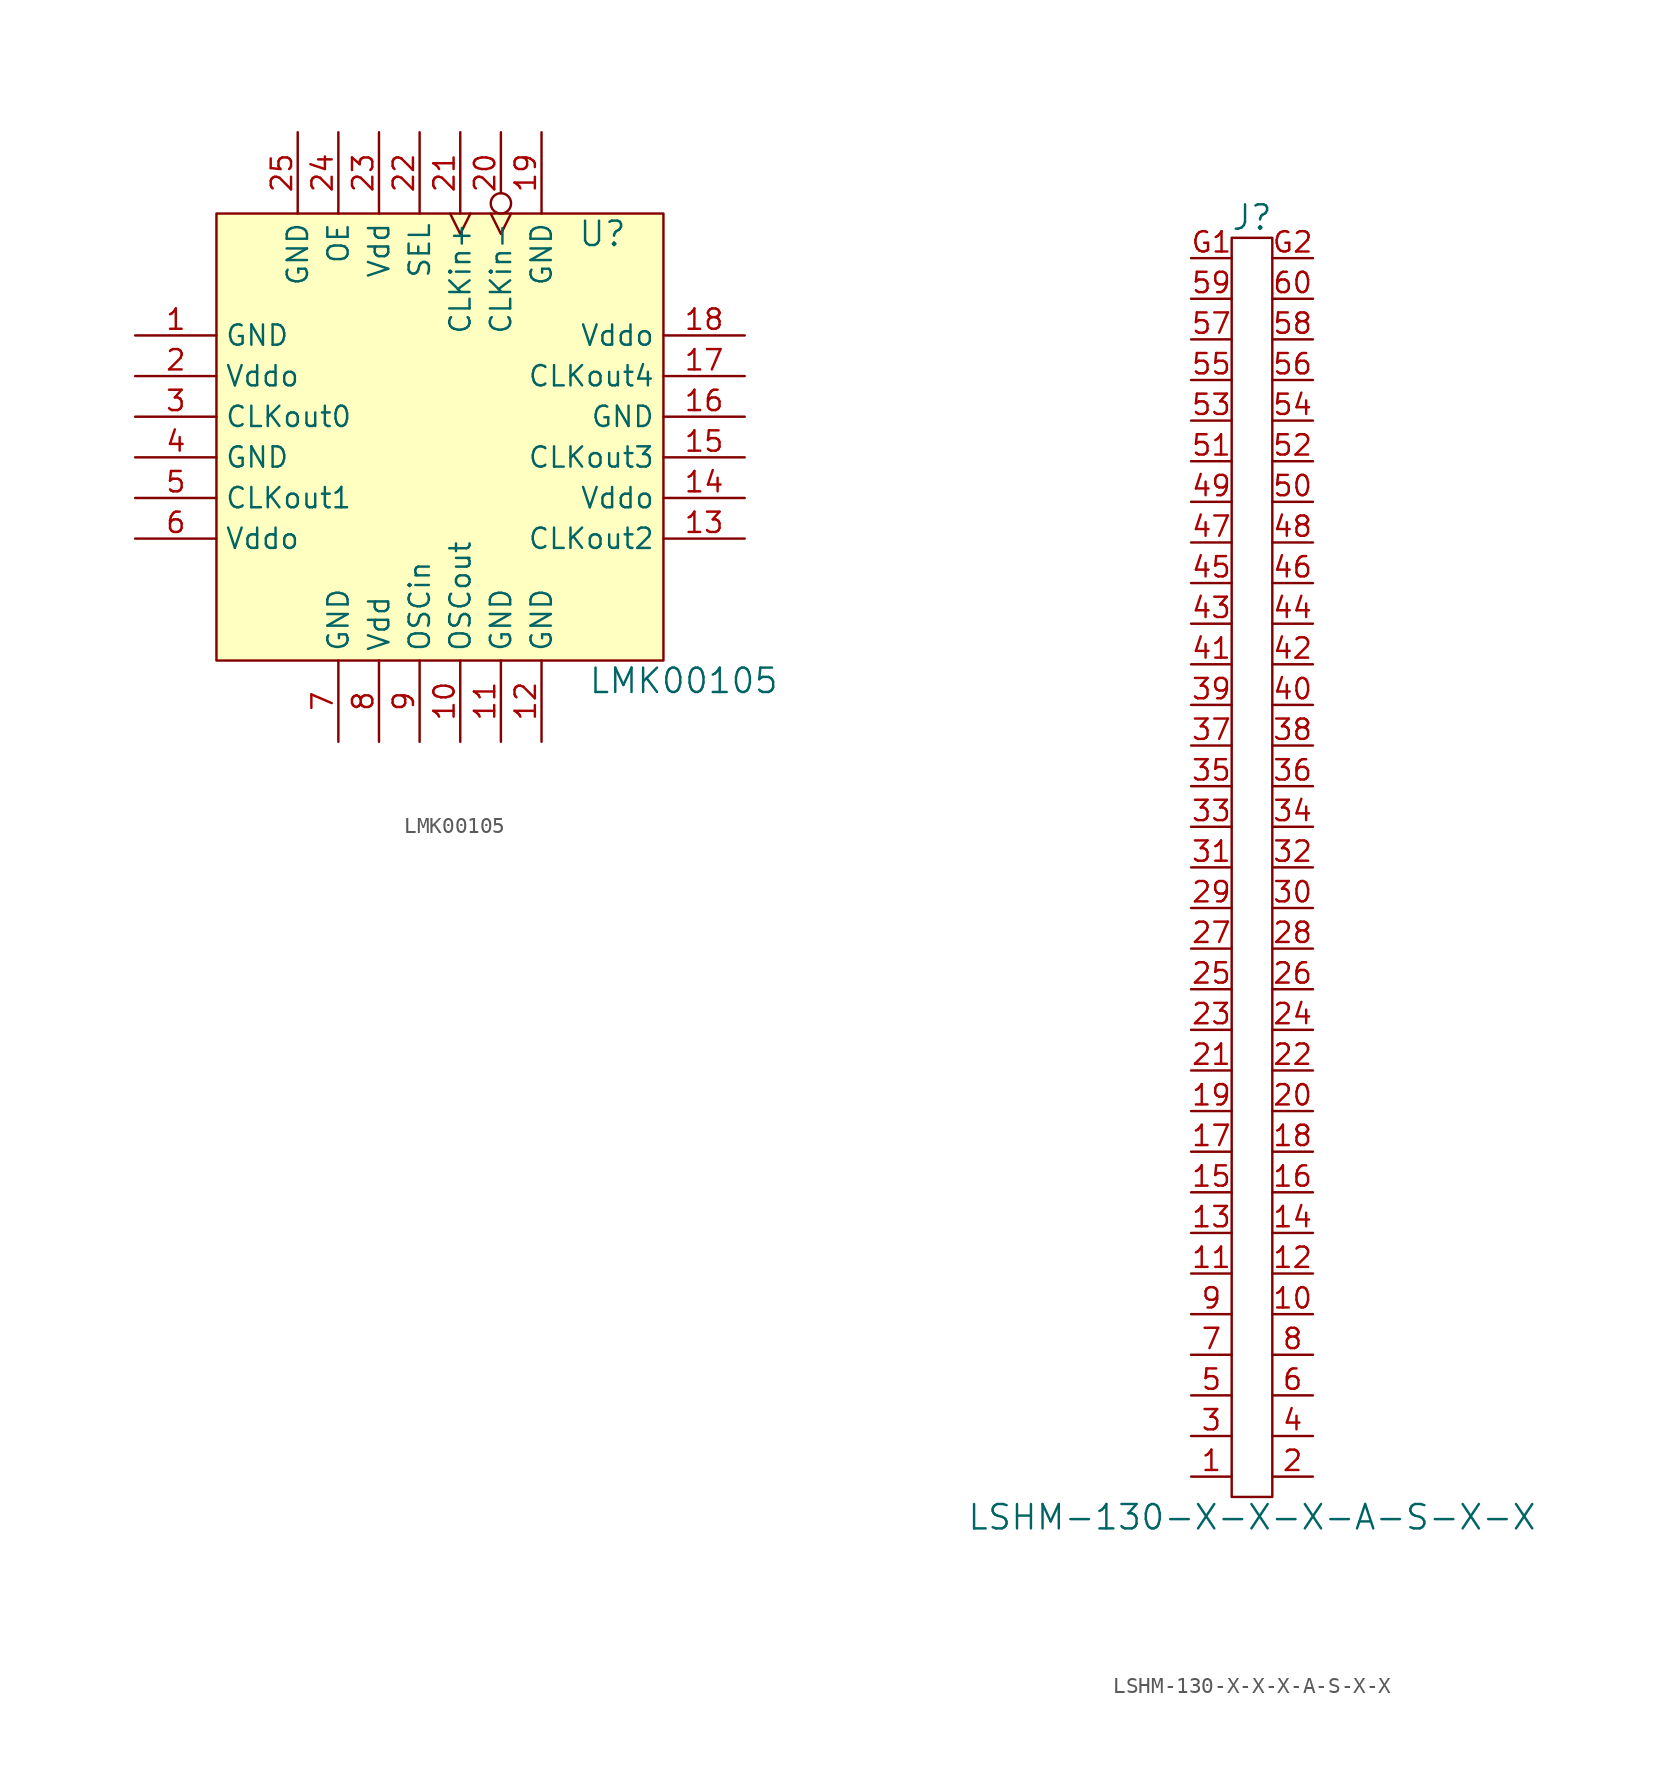
<source format=kicad_sym>
(kicad_symbol_lib
  (version 20241209)
  (generator "kicad_symbol_editor")
  (generator_version "9.0")
  (symbol "LMK00105"
    (property "Reference" "U"
      (at 10.16 12.7 0)
      (effects (font (size 1.524 1.524))))
    (property "Value" "LMK00105"
      (at 15.24 -15.24 0)
      (effects (font (size 1.524 1.524))))
    (property "Footprint" ""
      (at 0 0 0)
      (effects (font (size 1.524 1.524))))
    (property "Datasheet" ""
      (at 0 0 0)
      (effects (font (size 1.524 1.524))))
    (symbol "LMK00105_0_1"
      (rectangle (start -13.97 13.97) (end 13.97 -13.97) (stroke (width 0) (type default)) (fill (type background))))
    (symbol "LMK00105_1_1"
      (pin power_in line (at -19.05 6.35 0) (length 5.08) (name "GND" (effects (font (size 1.27 1.27)))) (number "1" (effects (font (size 1.27 1.27)))))
      (pin power_in line (at -19.05 3.81 0) (length 5.08) (name "Vddo" (effects (font (size 1.27 1.27)))) (number "2" (effects (font (size 1.27 1.27)))))
      (pin output line (at -19.05 1.27 0) (length 5.08) (name "CLKout0" (effects (font (size 1.27 1.27)))) (number "3" (effects (font (size 1.27 1.27)))))
      (pin power_in line (at -19.05 -1.27 0) (length 5.08) (name "GND" (effects (font (size 1.27 1.27)))) (number "4" (effects (font (size 1.27 1.27)))))
      (pin output line (at -19.05 -3.81 0) (length 5.08) (name "CLKout1" (effects (font (size 1.27 1.27)))) (number "5" (effects (font (size 1.27 1.27)))))
      (pin power_in line (at -19.05 -6.35 0) (length 5.08) (name "Vddo" (effects (font (size 1.27 1.27)))) (number "6" (effects (font (size 1.27 1.27)))))
      (pin power_in line (at -8.89 19.05 270) (length 5.08) (name "GND" (effects (font (size 1.27 1.27)))) (number "25" (effects (font (size 1.27 1.27)))))
      (pin input line (at -6.35 19.05 270) (length 5.08) (name "OE" (effects (font (size 1.27 1.27)))) (number "24" (effects (font (size 1.27 1.27)))))
      (pin power_in line (at -6.35 -19.05 90) (length 5.08) (name "GND" (effects (font (size 1.27 1.27)))) (number "7" (effects (font (size 1.27 1.27)))))
      (pin power_in line (at -3.81 19.05 270) (length 5.08) (name "Vdd" (effects (font (size 1.27 1.27)))) (number "23" (effects (font (size 1.27 1.27)))))
      (pin power_in line (at -3.81 -19.05 90) (length 5.08) (name "Vdd" (effects (font (size 1.27 1.27)))) (number "8" (effects (font (size 1.27 1.27)))))
      (pin input line (at -1.27 19.05 270) (length 5.08) (name "SEL" (effects (font (size 1.27 1.27)))) (number "22" (effects (font (size 1.27 1.27)))))
      (pin input line (at -1.27 -19.05 90) (length 5.08) (name "OSCin" (effects (font (size 1.27 1.27)))) (number "9" (effects (font (size 1.27 1.27)))))
      (pin input clock (at 1.27 19.05 270) (length 5.08) (name "CLKin+" (effects (font (size 1.27 1.27)))) (number "21" (effects (font (size 1.27 1.27)))))
      (pin output line (at 1.27 -19.05 90) (length 5.08) (name "OSCout" (effects (font (size 1.27 1.27)))) (number "10" (effects (font (size 1.27 1.27)))))
      (pin input inverted_clock (at 3.81 19.05 270) (length 5.08) (name "CLKin-" (effects (font (size 1.27 1.27)))) (number "20" (effects (font (size 1.27 1.27)))))
      (pin power_in line (at 3.81 -19.05 90) (length 5.08) (name "GND" (effects (font (size 1.27 1.27)))) (number "11" (effects (font (size 1.27 1.27)))))
      (pin power_in line (at 6.35 19.05 270) (length 5.08) (name "GND" (effects (font (size 1.27 1.27)))) (number "19" (effects (font (size 1.27 1.27)))))
      (pin power_in line (at 6.35 -19.05 90) (length 5.08) (name "GND" (effects (font (size 1.27 1.27)))) (number "12" (effects (font (size 1.27 1.27)))))
      (pin power_in line (at 19.05 6.35 180) (length 5.08) (name "Vddo" (effects (font (size 1.27 1.27)))) (number "18" (effects (font (size 1.27 1.27)))))
      (pin output line (at 19.05 3.81 180) (length 5.08) (name "CLKout4" (effects (font (size 1.27 1.27)))) (number "17" (effects (font (size 1.27 1.27)))))
      (pin power_in line (at 19.05 1.27 180) (length 5.08) (name "GND" (effects (font (size 1.27 1.27)))) (number "16" (effects (font (size 1.27 1.27)))))
      (pin output line (at 19.05 -1.27 180) (length 5.08) (name "CLKout3" (effects (font (size 1.27 1.27)))) (number "15" (effects (font (size 1.27 1.27)))))
      (pin power_in line (at 19.05 -3.81 180) (length 5.08) (name "Vddo" (effects (font (size 1.27 1.27)))) (number "14" (effects (font (size 1.27 1.27)))))
      (pin output line (at 19.05 -6.35 180) (length 5.08) (name "CLKout2" (effects (font (size 1.27 1.27)))) (number "13" (effects (font (size 1.27 1.27)))))))
  (symbol "LSHM-130-X-X-X-A-S-X-X"
    (property "Reference" "J"
      (at 0 40.64 0)
      (effects (font (size 1.524 1.524))))
    (property "Value" "LSHM-130-X-X-X-A-S-X-X"
      (at 0 -40.64 0)
      (effects (font (size 1.524 1.524))))
    (symbol "LSHM-130-X-X-X-A-S-X-X_0_1"
      (rectangle (start -1.27 39.37) (end 1.27 -39.37) (stroke (width 0) (type default)) (fill (type none))))
    (symbol "LSHM-130-X-X-X-A-S-X-X_1_1"
      (pin passive line (at -3.81 38.1 0) (length 2.54) (name "~" (effects (font (size 1.27 1.27)))) (number "G1" (effects (font (size 1.27 1.27)))))
      (pin passive line (at -3.81 35.56 0) (length 2.54) (name "~" (effects (font (size 1.27 1.27)))) (number "59" (effects (font (size 1.27 1.27)))))
      (pin passive line (at -3.81 33.02 0) (length 2.54) (name "~" (effects (font (size 1.27 1.27)))) (number "57" (effects (font (size 1.27 1.27)))))
      (pin passive line (at -3.81 30.48 0) (length 2.54) (name "~" (effects (font (size 1.27 1.27)))) (number "55" (effects (font (size 1.27 1.27)))))
      (pin passive line (at -3.81 27.94 0) (length 2.54) (name "~" (effects (font (size 1.27 1.27)))) (number "53" (effects (font (size 1.27 1.27)))))
      (pin passive line (at -3.81 25.4 0) (length 2.54) (name "~" (effects (font (size 1.27 1.27)))) (number "51" (effects (font (size 1.27 1.27)))))
      (pin passive line (at -3.81 22.86 0) (length 2.54) (name "~" (effects (font (size 1.27 1.27)))) (number "49" (effects (font (size 1.27 1.27)))))
      (pin passive line (at -3.81 20.32 0) (length 2.54) (name "~" (effects (font (size 1.27 1.27)))) (number "47" (effects (font (size 1.27 1.27)))))
      (pin passive line (at -3.81 17.78 0) (length 2.54) (name "~" (effects (font (size 1.27 1.27)))) (number "45" (effects (font (size 1.27 1.27)))))
      (pin passive line (at -3.81 15.24 0) (length 2.54) (name "~" (effects (font (size 1.27 1.27)))) (number "43" (effects (font (size 1.27 1.27)))))
      (pin passive line (at -3.81 12.7 0) (length 2.54) (name "~" (effects (font (size 1.27 1.27)))) (number "41" (effects (font (size 1.27 1.27)))))
      (pin passive line (at -3.81 10.16 0) (length 2.54) (name "~" (effects (font (size 1.27 1.27)))) (number "39" (effects (font (size 1.27 1.27)))))
      (pin passive line (at -3.81 7.62 0) (length 2.54) (name "~" (effects (font (size 1.27 1.27)))) (number "37" (effects (font (size 1.27 1.27)))))
      (pin passive line (at -3.81 5.08 0) (length 2.54) (name "~" (effects (font (size 1.27 1.27)))) (number "35" (effects (font (size 1.27 1.27)))))
      (pin passive line (at -3.81 2.54 0) (length 2.54) (name "~" (effects (font (size 1.27 1.27)))) (number "33" (effects (font (size 1.27 1.27)))))
      (pin passive line (at -3.81 0 0) (length 2.54) (name "~" (effects (font (size 1.27 1.27)))) (number "31" (effects (font (size 1.27 1.27)))))
      (pin passive line (at -3.81 -2.54 0) (length 2.54) (name "~" (effects (font (size 1.27 1.27)))) (number "29" (effects (font (size 1.27 1.27)))))
      (pin passive line (at -3.81 -5.08 0) (length 2.54) (name "~" (effects (font (size 1.27 1.27)))) (number "27" (effects (font (size 1.27 1.27)))))
      (pin passive line (at -3.81 -7.62 0) (length 2.54) (name "~" (effects (font (size 1.27 1.27)))) (number "25" (effects (font (size 1.27 1.27)))))
      (pin passive line (at -3.81 -10.16 0) (length 2.54) (name "~" (effects (font (size 1.27 1.27)))) (number "23" (effects (font (size 1.27 1.27)))))
      (pin passive line (at -3.81 -12.7 0) (length 2.54) (name "~" (effects (font (size 1.27 1.27)))) (number "21" (effects (font (size 1.27 1.27)))))
      (pin passive line (at -3.81 -15.24 0) (length 2.54) (name "~" (effects (font (size 1.27 1.27)))) (number "19" (effects (font (size 1.27 1.27)))))
      (pin passive line (at -3.81 -17.78 0) (length 2.54) (name "~" (effects (font (size 1.27 1.27)))) (number "17" (effects (font (size 1.27 1.27)))))
      (pin passive line (at -3.81 -20.32 0) (length 2.54) (name "~" (effects (font (size 1.27 1.27)))) (number "15" (effects (font (size 1.27 1.27)))))
      (pin passive line (at -3.81 -22.86 0) (length 2.54) (name "~" (effects (font (size 1.27 1.27)))) (number "13" (effects (font (size 1.27 1.27)))))
      (pin passive line (at -3.81 -25.4 0) (length 2.54) (name "~" (effects (font (size 1.27 1.27)))) (number "11" (effects (font (size 1.27 1.27)))))
      (pin passive line (at -3.81 -27.94 0) (length 2.54) (name "~" (effects (font (size 1.27 1.27)))) (number "9" (effects (font (size 1.27 1.27)))))
      (pin passive line (at -3.81 -30.48 0) (length 2.54) (name "~" (effects (font (size 1.27 1.27)))) (number "7" (effects (font (size 1.27 1.27)))))
      (pin passive line (at -3.81 -33.02 0) (length 2.54) (name "~" (effects (font (size 1.27 1.27)))) (number "5" (effects (font (size 1.27 1.27)))))
      (pin passive line (at -3.81 -35.56 0) (length 2.54) (name "~" (effects (font (size 1.27 1.27)))) (number "3" (effects (font (size 1.27 1.27)))))
      (pin passive line (at -3.81 -38.1 0) (length 2.54) (name "~" (effects (font (size 1.27 1.27)))) (number "1" (effects (font (size 1.27 1.27)))))
      (pin passive line (at 3.81 38.1 180) (length 2.54) (name "~" (effects (font (size 1.27 1.27)))) (number "G2" (effects (font (size 1.27 1.27)))))
      (pin passive line (at 3.81 35.56 180) (length 2.54) (name "~" (effects (font (size 1.27 1.27)))) (number "60" (effects (font (size 1.27 1.27)))))
      (pin passive line (at 3.81 33.02 180) (length 2.54) (name "~" (effects (font (size 1.27 1.27)))) (number "58" (effects (font (size 1.27 1.27)))))
      (pin passive line (at 3.81 30.48 180) (length 2.54) (name "~" (effects (font (size 1.27 1.27)))) (number "56" (effects (font (size 1.27 1.27)))))
      (pin passive line (at 3.81 27.94 180) (length 2.54) (name "~" (effects (font (size 1.27 1.27)))) (number "54" (effects (font (size 1.27 1.27)))))
      (pin passive line (at 3.81 25.4 180) (length 2.54) (name "~" (effects (font (size 1.27 1.27)))) (number "52" (effects (font (size 1.27 1.27)))))
      (pin passive line (at 3.81 22.86 180) (length 2.54) (name "~" (effects (font (size 1.27 1.27)))) (number "50" (effects (font (size 1.27 1.27)))))
      (pin passive line (at 3.81 20.32 180) (length 2.54) (name "~" (effects (font (size 1.27 1.27)))) (number "48" (effects (font (size 1.27 1.27)))))
      (pin passive line (at 3.81 17.78 180) (length 2.54) (name "~" (effects (font (size 1.27 1.27)))) (number "46" (effects (font (size 1.27 1.27)))))
      (pin passive line (at 3.81 15.24 180) (length 2.54) (name "~" (effects (font (size 1.27 1.27)))) (number "44" (effects (font (size 1.27 1.27)))))
      (pin passive line (at 3.81 12.7 180) (length 2.54) (name "~" (effects (font (size 1.27 1.27)))) (number "42" (effects (font (size 1.27 1.27)))))
      (pin passive line (at 3.81 10.16 180) (length 2.54) (name "~" (effects (font (size 1.27 1.27)))) (number "40" (effects (font (size 1.27 1.27)))))
      (pin passive line (at 3.81 7.62 180) (length 2.54) (name "~" (effects (font (size 1.27 1.27)))) (number "38" (effects (font (size 1.27 1.27)))))
      (pin passive line (at 3.81 5.08 180) (length 2.54) (name "~" (effects (font (size 1.27 1.27)))) (number "36" (effects (font (size 1.27 1.27)))))
      (pin passive line (at 3.81 2.54 180) (length 2.54) (name "~" (effects (font (size 1.27 1.27)))) (number "34" (effects (font (size 1.27 1.27)))))
      (pin passive line (at 3.81 0 180) (length 2.54) (name "~" (effects (font (size 1.27 1.27)))) (number "32" (effects (font (size 1.27 1.27)))))
      (pin passive line (at 3.81 -2.54 180) (length 2.54) (name "~" (effects (font (size 1.27 1.27)))) (number "30" (effects (font (size 1.27 1.27)))))
      (pin passive line (at 3.81 -5.08 180) (length 2.54) (name "~" (effects (font (size 1.27 1.27)))) (number "28" (effects (font (size 1.27 1.27)))))
      (pin passive line (at 3.81 -7.62 180) (length 2.54) (name "~" (effects (font (size 1.27 1.27)))) (number "26" (effects (font (size 1.27 1.27)))))
      (pin passive line (at 3.81 -10.16 180) (length 2.54) (name "~" (effects (font (size 1.27 1.27)))) (number "24" (effects (font (size 1.27 1.27)))))
      (pin passive line (at 3.81 -12.7 180) (length 2.54) (name "~" (effects (font (size 1.27 1.27)))) (number "22" (effects (font (size 1.27 1.27)))))
      (pin passive line (at 3.81 -15.24 180) (length 2.54) (name "~" (effects (font (size 1.27 1.27)))) (number "20" (effects (font (size 1.27 1.27)))))
      (pin passive line (at 3.81 -17.78 180) (length 2.54) (name "~" (effects (font (size 1.27 1.27)))) (number "18" (effects (font (size 1.27 1.27)))))
      (pin passive line (at 3.81 -20.32 180) (length 2.54) (name "~" (effects (font (size 1.27 1.27)))) (number "16" (effects (font (size 1.27 1.27)))))
      (pin passive line (at 3.81 -22.86 180) (length 2.54) (name "~" (effects (font (size 1.27 1.27)))) (number "14" (effects (font (size 1.27 1.27)))))
      (pin passive line (at 3.81 -25.4 180) (length 2.54) (name "~" (effects (font (size 1.27 1.27)))) (number "12" (effects (font (size 1.27 1.27)))))
      (pin passive line (at 3.81 -27.94 180) (length 2.54) (name "~" (effects (font (size 1.27 1.27)))) (number "10" (effects (font (size 1.27 1.27)))))
      (pin passive line (at 3.81 -30.48 180) (length 2.54) (name "~" (effects (font (size 1.27 1.27)))) (number "8" (effects (font (size 1.27 1.27)))))
      (pin passive line (at 3.81 -33.02 180) (length 2.54) (name "~" (effects (font (size 1.27 1.27)))) (number "6" (effects (font (size 1.27 1.27)))))
      (pin passive line (at 3.81 -35.56 180) (length 2.54) (name "~" (effects (font (size 1.27 1.27)))) (number "4" (effects (font (size 1.27 1.27)))))
      (pin passive line (at 3.81 -38.1 180) (length 2.54) (name "~" (effects (font (size 1.27 1.27)))) (number "2" (effects (font (size 1.27 1.27))))))))
</source>
